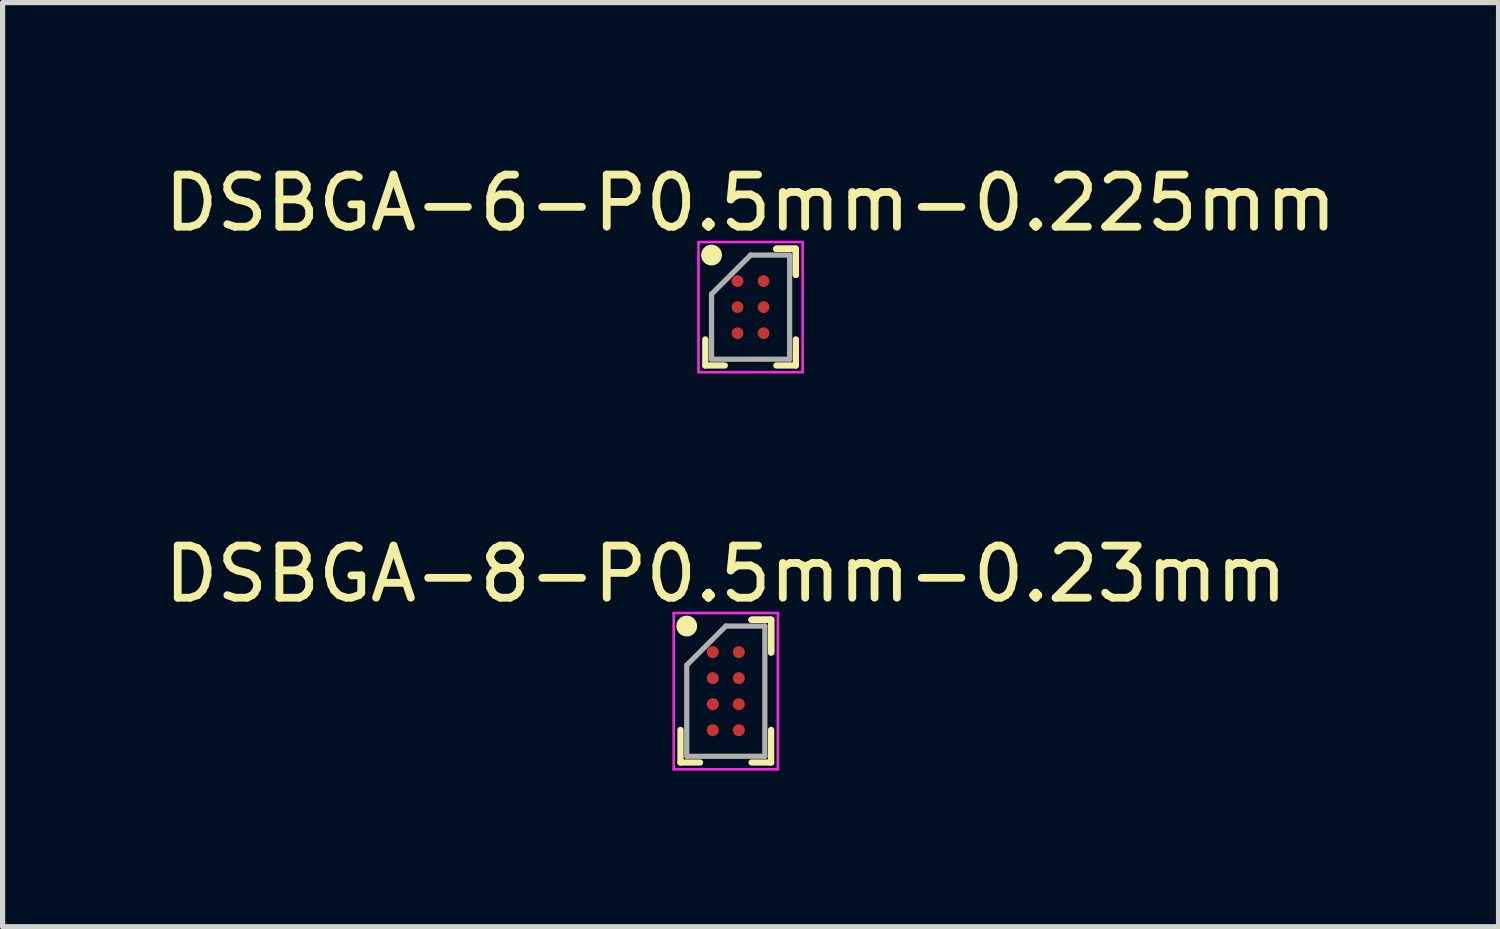
<source format=kicad_pcb>
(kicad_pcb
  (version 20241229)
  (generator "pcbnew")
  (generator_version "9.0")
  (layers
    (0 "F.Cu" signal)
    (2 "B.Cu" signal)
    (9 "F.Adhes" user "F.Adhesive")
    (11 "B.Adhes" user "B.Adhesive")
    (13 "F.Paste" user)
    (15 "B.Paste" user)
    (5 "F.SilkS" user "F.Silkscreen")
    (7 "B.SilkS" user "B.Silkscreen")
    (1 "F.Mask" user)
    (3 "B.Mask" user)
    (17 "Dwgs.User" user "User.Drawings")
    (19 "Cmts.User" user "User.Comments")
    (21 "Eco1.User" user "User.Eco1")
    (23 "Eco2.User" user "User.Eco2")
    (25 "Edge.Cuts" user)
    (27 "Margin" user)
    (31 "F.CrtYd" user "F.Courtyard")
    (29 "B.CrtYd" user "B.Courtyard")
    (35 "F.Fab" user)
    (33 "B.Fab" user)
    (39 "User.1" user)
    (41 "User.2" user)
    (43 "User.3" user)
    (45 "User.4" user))
  (footprint "DSBGA-6-P0.5mm-0.225mm"
    (layer "F.Cu")
    (at 11.363 2.848)
    (property "Reference" "DSBGA-6-P0.5mm-0.225mm" (at 0 -2 0) (layer "F.SilkS") (effects (font (size 1 1) (thickness 0.15))))
    (attr through_hole)
    (fp_line (start -0.87 1.12) (end -0.87 0.62) (stroke (width 0.12) (type solid)) (layer "F.SilkS"))
    (fp_line (start -0.495 1.12) (end -0.87 1.12) (stroke (width 0.12) (type solid)) (layer "F.SilkS"))
    (fp_line (start 0.495 -1.12) (end 0.87 -1.12) (stroke (width 0.12) (type solid)) (layer "F.SilkS"))
    (fp_line (start 0.495 -1.12) (end 0.87 -1.12) (stroke (width 0.12) (type solid)) (layer "F.SilkS"))
    (fp_line (start 0.495 -1.12) (end 0.87 -1.12) (stroke (width 0.12) (type solid)) (layer "F.SilkS"))
    (fp_line (start 0.495 1.12) (end 0.87 1.12) (stroke (width 0.12) (type solid)) (layer "F.SilkS"))
    (fp_line (start 0.87 -1.12) (end 0.87 -0.62) (stroke (width 0.12) (type solid)) (layer "F.SilkS"))
    (fp_line (start 0.87 -1.12) (end 0.87 -0.62) (stroke (width 0.12) (type solid)) (layer "F.SilkS"))
    (fp_line (start 0.87 -1.12) (end 0.87 -0.62) (stroke (width 0.12) (type solid)) (layer "F.SilkS"))
    (fp_line (start 0.87 1.12) (end 0.87 0.62) (stroke (width 0.12) (type solid)) (layer "F.SilkS"))
    (fp_circle (center -0.75 -1) (end -0.75 -0.9) (stroke (width 0.2) (type solid)) (fill no) (layer "F.SilkS"))
    (fp_line (start -1 -1.25) (end 1 -1.25) (stroke (width 0.05) (type solid)) (layer "F.CrtYd"))
    (fp_line (start -1 1.25) (end -1 -1.25) (stroke (width 0.05) (type solid)) (layer "F.CrtYd"))
    (fp_line (start 1 -1.25) (end 1 1.25) (stroke (width 0.05) (type solid)) (layer "F.CrtYd"))
    (fp_line (start 1 1.25) (end -1 1.25) (stroke (width 0.05) (type solid)) (layer "F.CrtYd"))
    (fp_line (start -0.75 -0.25) (end -0.75 1) (stroke (width 0.1) (type solid)) (layer "F.Fab"))
    (fp_line (start -0.75 1) (end 0.75 1) (stroke (width 0.1) (type solid)) (layer "F.Fab"))
    (fp_line (start 0 -1) (end -0.75 -0.25) (stroke (width 0.1) (type solid)) (layer "F.Fab"))
    (fp_line (start 0.75 -1) (end 0 -1) (stroke (width 0.1) (type solid)) (layer "F.Fab"))
    (fp_line (start 0.75 1) (end 0.75 -1) (stroke (width 0.1) (type solid)) (layer "F.Fab"))
    (pad "A1" smd circle (at -0.25 -0.5) (size 0.225 0.225) (layers "F.Cu" "F.Mask" "F.Paste"))
    (pad "A2" smd circle (at 0.25 -0.5) (size 0.225 0.225) (layers "F.Cu" "F.Mask" "F.Paste"))
    (pad "B1" smd circle (at -0.25 0) (size 0.225 0.225) (layers "F.Cu" "F.Mask" "F.Paste"))
    (pad "B2" smd circle (at 0.25 0) (size 0.225 0.225) (layers "F.Cu" "F.Mask" "F.Paste"))
    (pad "C1" smd circle (at -0.25 0.5) (size 0.225 0.225) (layers "F.Cu" "F.Mask" "F.Paste"))
    (pad "C2" smd circle (at 0.25 0.5) (size 0.225 0.225) (layers "F.Cu" "F.Mask" "F.Paste")))
  (footprint "DSBGA-8-P0.5mm-0.23mm"
    (layer "F.Cu")
    (at 10.887 10.222)
    (property "Reference" "DSBGA-8-P0.5mm-0.23mm" (at 0 -2.25 0) (layer "F.SilkS") (effects (font (size 1 1) (thickness 0.15))))
    (attr through_hole)
    (fp_line (start -0.87 1.37) (end -0.87 0.745) (stroke (width 0.12) (type solid)) (layer "F.SilkS"))
    (fp_line (start -0.495 1.37) (end -0.87 1.37) (stroke (width 0.12) (type solid)) (layer "F.SilkS"))
    (fp_line (start 0.495 -1.37) (end 0.87 -1.37) (stroke (width 0.12) (type solid)) (layer "F.SilkS"))
    (fp_line (start 0.495 -1.37) (end 0.87 -1.37) (stroke (width 0.12) (type solid)) (layer "F.SilkS"))
    (fp_line (start 0.495 -1.37) (end 0.87 -1.37) (stroke (width 0.12) (type solid)) (layer "F.SilkS"))
    (fp_line (start 0.495 1.37) (end 0.87 1.37) (stroke (width 0.12) (type solid)) (layer "F.SilkS"))
    (fp_line (start 0.87 -1.37) (end 0.87 -0.745) (stroke (width 0.12) (type solid)) (layer "F.SilkS"))
    (fp_line (start 0.87 -1.37) (end 0.87 -0.745) (stroke (width 0.12) (type solid)) (layer "F.SilkS"))
    (fp_line (start 0.87 -1.37) (end 0.87 -0.745) (stroke (width 0.12) (type solid)) (layer "F.SilkS"))
    (fp_line (start 0.87 1.37) (end 0.87 0.745) (stroke (width 0.12) (type solid)) (layer "F.SilkS"))
    (fp_circle (center -0.75 -1.25) (end -0.75 -1.15) (stroke (width 0.2) (type solid)) (fill no) (layer "F.SilkS"))
    (fp_line (start -1 -1.5) (end 1 -1.5) (stroke (width 0.05) (type solid)) (layer "F.CrtYd"))
    (fp_line (start -1 1.5) (end -1 -1.5) (stroke (width 0.05) (type solid)) (layer "F.CrtYd"))
    (fp_line (start 1 -1.5) (end 1 1.5) (stroke (width 0.05) (type solid)) (layer "F.CrtYd"))
    (fp_line (start 1 1.5) (end -1 1.5) (stroke (width 0.05) (type solid)) (layer "F.CrtYd"))
    (fp_line (start -0.75 -0.5) (end -0.75 1.25) (stroke (width 0.1) (type solid)) (layer "F.Fab"))
    (fp_line (start -0.75 1.25) (end 0.75 1.25) (stroke (width 0.1) (type solid)) (layer "F.Fab"))
    (fp_line (start 0 -1.25) (end -0.75 -0.5) (stroke (width 0.1) (type solid)) (layer "F.Fab"))
    (fp_line (start 0.75 -1.25) (end 0 -1.25) (stroke (width 0.1) (type solid)) (layer "F.Fab"))
    (fp_line (start 0.75 1.25) (end 0.75 -1.25) (stroke (width 0.1) (type solid)) (layer "F.Fab"))
    (pad "A1" smd circle (at -0.25 -0.75) (size 0.23 0.23) (layers "F.Cu" "F.Mask" "F.Paste"))
    (pad "A2" smd circle (at 0.25 -0.75) (size 0.23 0.23) (layers "F.Cu" "F.Mask" "F.Paste"))
    (pad "B1" smd circle (at -0.25 -0.25) (size 0.23 0.23) (layers "F.Cu" "F.Mask" "F.Paste"))
    (pad "B2" smd circle (at 0.25 -0.25) (size 0.23 0.23) (layers "F.Cu" "F.Mask" "F.Paste"))
    (pad "C1" smd circle (at -0.25 0.25) (size 0.23 0.23) (layers "F.Cu" "F.Mask" "F.Paste"))
    (pad "C2" smd circle (at 0.25 0.25) (size 0.23 0.23) (layers "F.Cu" "F.Mask" "F.Paste"))
    (pad "D1" smd circle (at -0.25 0.75) (size 0.23 0.23) (layers "F.Cu" "F.Mask" "F.Paste"))
    (pad "D2" smd circle (at 0.25 0.75) (size 0.23 0.23) (layers "F.Cu" "F.Mask" "F.Paste")))
  (gr_rect
    (start -3 -3)
    (end 25.726 14.746)
    (stroke (width 0.1) (type default))
    (fill no)
    (layer "Edge.Cuts")))
</source>
